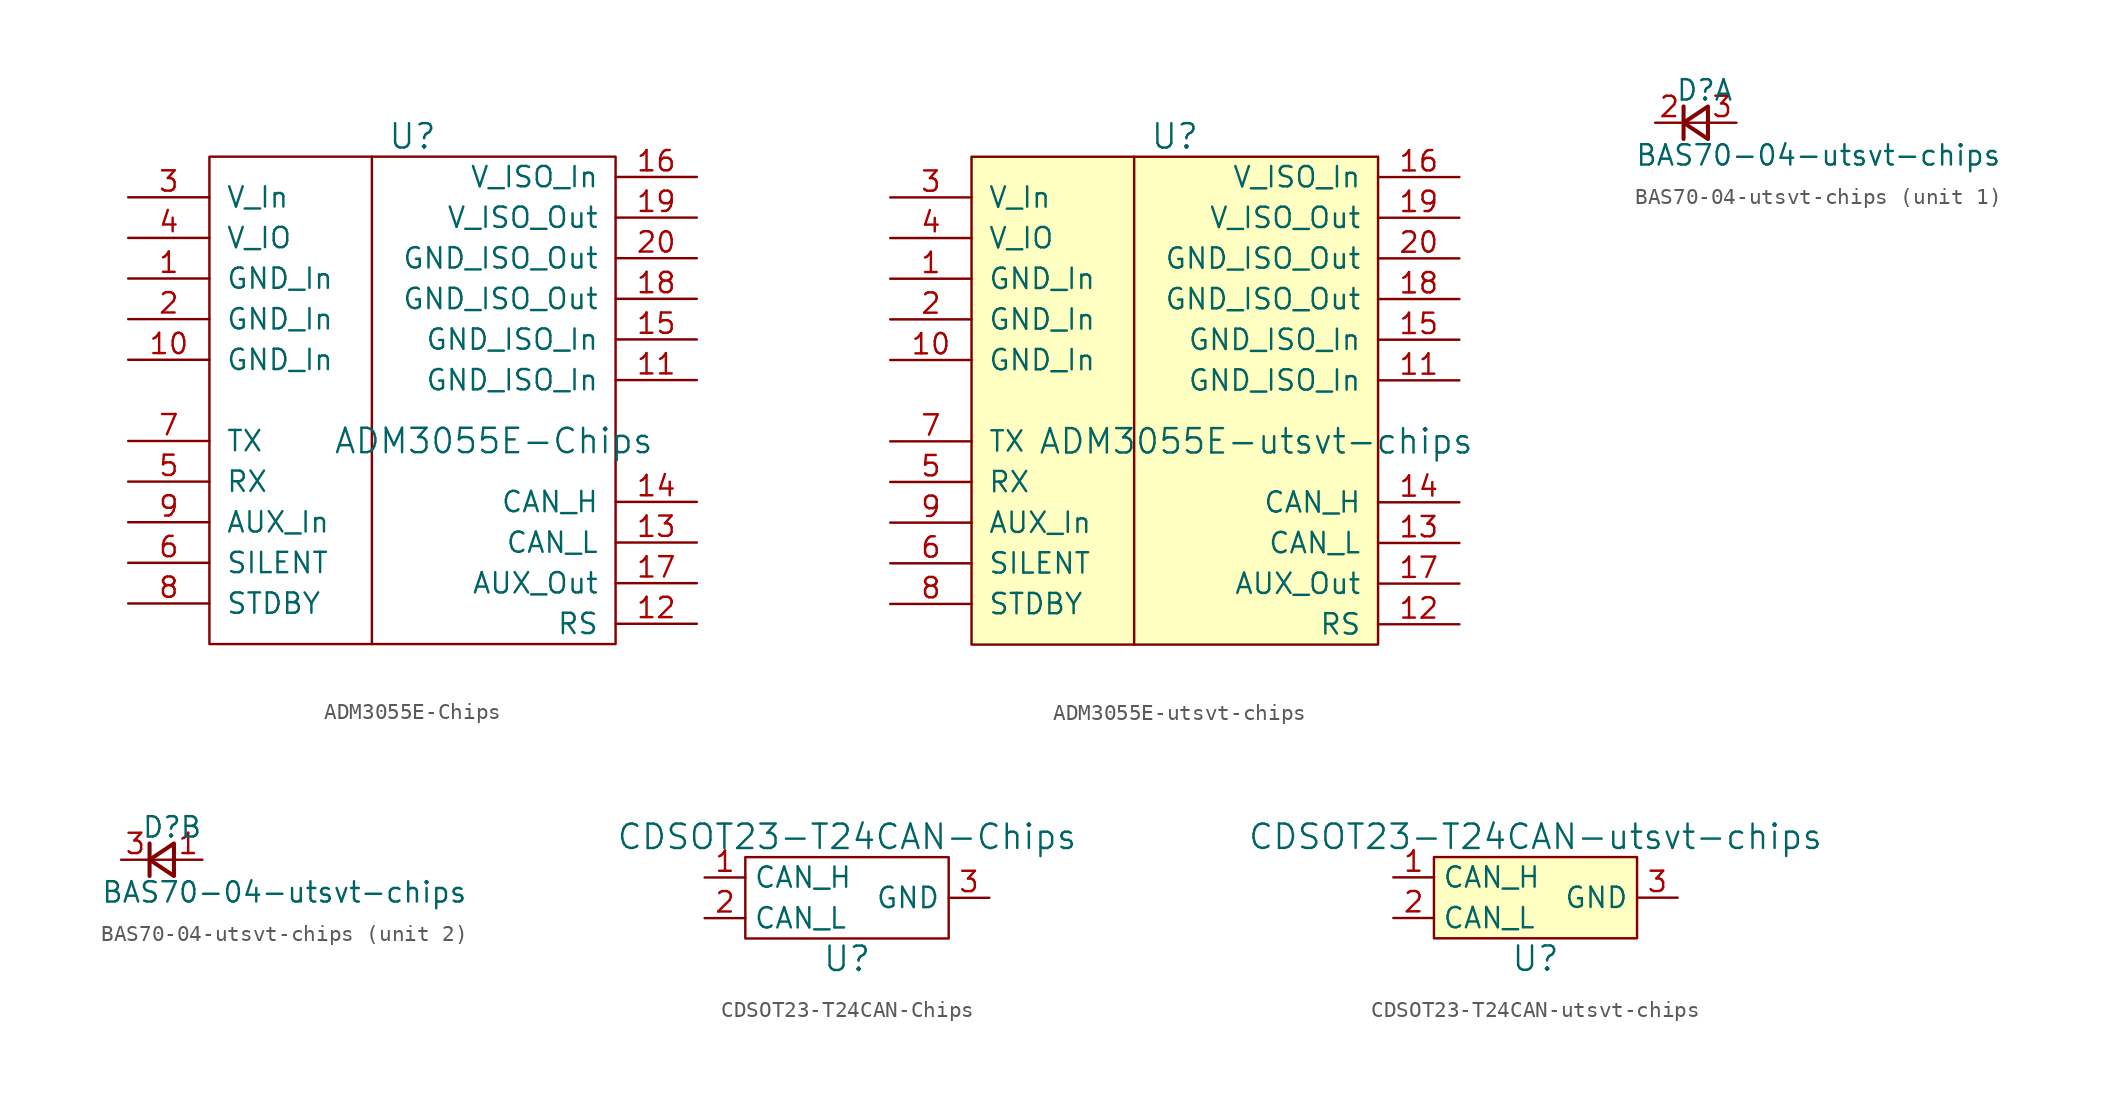
<source format=kicad_sym>
(kicad_symbol_lib
  (version 20211014)
  (generator kicad_symbol_editor)
  (symbol "ADM3055E-Chips"
    (pin_names
      (offset 1.016))
    (property "Reference" "U"
      (at 0 16.51 0)
      (effects (font (size 1.524 1.524))))
    (property "Value" "ADM3055E-Chips"
      (at 5.08 -2.54 0)
      (effects (font (size 1.524 1.524))))
    (symbol "ADM3055E-Chips_0_1"
      (rectangle (start -12.7 15.24) (end 12.7 -15.24) (stroke (width 0) (type default) (color 0 0 0 0)) (fill (type none)))
      (polyline (pts (xy -2.54 15.24) (xy -2.54 -15.24)) (stroke (width 0) (type default) (color 0 0 0 0)) (fill (type none))))
    (symbol "ADM3055E-Chips_1_1"
      (pin power_in line (at -17.78 7.62 0) (length 5.08) (name "GND_In" (effects (font (size 1.27 1.27)))) (number "1" (effects (font (size 1.27 1.27)))))
      (pin power_in line (at -17.78 2.54 0) (length 5.08) (name "GND_In" (effects (font (size 1.27 1.27)))) (number "10" (effects (font (size 1.27 1.27)))))
      (pin power_in line (at 17.78 1.27 180) (length 5.08) (name "GND_ISO_In" (effects (font (size 1.27 1.27)))) (number "11" (effects (font (size 1.27 1.27)))))
      (pin input line (at 17.78 -13.97 180) (length 5.08) (name "RS" (effects (font (size 1.27 1.27)))) (number "12" (effects (font (size 1.27 1.27)))))
      (pin bidirectional line (at 17.78 -8.89 180) (length 5.08) (name "CAN_L" (effects (font (size 1.27 1.27)))) (number "13" (effects (font (size 1.27 1.27)))))
      (pin bidirectional line (at 17.78 -6.35 180) (length 5.08) (name "CAN_H" (effects (font (size 1.27 1.27)))) (number "14" (effects (font (size 1.27 1.27)))))
      (pin power_in line (at 17.78 3.81 180) (length 5.08) (name "GND_ISO_In" (effects (font (size 1.27 1.27)))) (number "15" (effects (font (size 1.27 1.27)))))
      (pin power_in line (at 17.78 13.97 180) (length 5.08) (name "V_ISO_In" (effects (font (size 1.27 1.27)))) (number "16" (effects (font (size 1.27 1.27)))))
      (pin output line (at 17.78 -11.43 180) (length 5.08) (name "AUX_Out" (effects (font (size 1.27 1.27)))) (number "17" (effects (font (size 1.27 1.27)))))
      (pin power_out line (at 17.78 6.35 180) (length 5.08) (name "GND_ISO_Out" (effects (font (size 1.27 1.27)))) (number "18" (effects (font (size 1.27 1.27)))))
      (pin power_out line (at 17.78 11.43 180) (length 5.08) (name "V_ISO_Out" (effects (font (size 1.27 1.27)))) (number "19" (effects (font (size 1.27 1.27)))))
      (pin power_in line (at -17.78 5.08 0) (length 5.08) (name "GND_In" (effects (font (size 1.27 1.27)))) (number "2" (effects (font (size 1.27 1.27)))))
      (pin power_out line (at 17.78 8.89 180) (length 5.08) (name "GND_ISO_Out" (effects (font (size 1.27 1.27)))) (number "20" (effects (font (size 1.27 1.27)))))
      (pin power_in line (at -17.78 12.7 0) (length 5.08) (name "V_In" (effects (font (size 1.27 1.27)))) (number "3" (effects (font (size 1.27 1.27)))))
      (pin power_in line (at -17.78 10.16 0) (length 5.08) (name "V_IO" (effects (font (size 1.27 1.27)))) (number "4" (effects (font (size 1.27 1.27)))))
      (pin output line (at -17.78 -5.08 0) (length 5.08) (name "RX" (effects (font (size 1.27 1.27)))) (number "5" (effects (font (size 1.27 1.27)))))
      (pin input line (at -17.78 -10.16 0) (length 5.08) (name "SILENT" (effects (font (size 1.27 1.27)))) (number "6" (effects (font (size 1.27 1.27)))))
      (pin input line (at -17.78 -2.54 0) (length 5.08) (name "TX" (effects (font (size 1.27 1.27)))) (number "7" (effects (font (size 1.27 1.27)))))
      (pin input line (at -17.78 -12.7 0) (length 5.08) (name "STDBY" (effects (font (size 1.27 1.27)))) (number "8" (effects (font (size 1.27 1.27)))))
      (pin input line (at -17.78 -7.62 0) (length 5.08) (name "AUX_In" (effects (font (size 1.27 1.27)))) (number "9" (effects (font (size 1.27 1.27)))))))
  (symbol "ADM3055E-utsvt-chips"
    (pin_names
      (offset 1.016))
    (property "Reference" "U"
      (at 0 16.51 0)
      (effects (font (size 1.524 1.524))))
    (property "Value" "ADM3055E-utsvt-chips"
      (at 5.08 -2.54 0)
      (effects (font (size 1.524 1.524))))
    (symbol "ADM3055E-utsvt-chips_0_1"
      (rectangle (start -12.7 15.24) (end 12.7 -15.24) (stroke (width 0) (type default) (color 0 0 0 0)) (fill (type background)))
      (polyline (pts (xy -2.54 15.24) (xy -2.54 -15.24)) (stroke (width 0) (type default) (color 0 0 0 0)) (fill (type none))))
    (symbol "ADM3055E-utsvt-chips_1_1"
      (pin power_in line (at -17.78 7.62 0) (length 5.08) (name "GND_In" (effects (font (size 1.27 1.27)))) (number "1" (effects (font (size 1.27 1.27)))))
      (pin power_in line (at -17.78 2.54 0) (length 5.08) (name "GND_In" (effects (font (size 1.27 1.27)))) (number "10" (effects (font (size 1.27 1.27)))))
      (pin power_in line (at 17.78 1.27 180) (length 5.08) (name "GND_ISO_In" (effects (font (size 1.27 1.27)))) (number "11" (effects (font (size 1.27 1.27)))))
      (pin input line (at 17.78 -13.97 180) (length 5.08) (name "RS" (effects (font (size 1.27 1.27)))) (number "12" (effects (font (size 1.27 1.27)))))
      (pin bidirectional line (at 17.78 -8.89 180) (length 5.08) (name "CAN_L" (effects (font (size 1.27 1.27)))) (number "13" (effects (font (size 1.27 1.27)))))
      (pin bidirectional line (at 17.78 -6.35 180) (length 5.08) (name "CAN_H" (effects (font (size 1.27 1.27)))) (number "14" (effects (font (size 1.27 1.27)))))
      (pin power_in line (at 17.78 3.81 180) (length 5.08) (name "GND_ISO_In" (effects (font (size 1.27 1.27)))) (number "15" (effects (font (size 1.27 1.27)))))
      (pin power_in line (at 17.78 13.97 180) (length 5.08) (name "V_ISO_In" (effects (font (size 1.27 1.27)))) (number "16" (effects (font (size 1.27 1.27)))))
      (pin output line (at 17.78 -11.43 180) (length 5.08) (name "AUX_Out" (effects (font (size 1.27 1.27)))) (number "17" (effects (font (size 1.27 1.27)))))
      (pin power_out line (at 17.78 6.35 180) (length 5.08) (name "GND_ISO_Out" (effects (font (size 1.27 1.27)))) (number "18" (effects (font (size 1.27 1.27)))))
      (pin power_out line (at 17.78 11.43 180) (length 5.08) (name "V_ISO_Out" (effects (font (size 1.27 1.27)))) (number "19" (effects (font (size 1.27 1.27)))))
      (pin power_in line (at -17.78 5.08 0) (length 5.08) (name "GND_In" (effects (font (size 1.27 1.27)))) (number "2" (effects (font (size 1.27 1.27)))))
      (pin power_out line (at 17.78 8.89 180) (length 5.08) (name "GND_ISO_Out" (effects (font (size 1.27 1.27)))) (number "20" (effects (font (size 1.27 1.27)))))
      (pin power_in line (at -17.78 12.7 0) (length 5.08) (name "V_In" (effects (font (size 1.27 1.27)))) (number "3" (effects (font (size 1.27 1.27)))))
      (pin power_in line (at -17.78 10.16 0) (length 5.08) (name "V_IO" (effects (font (size 1.27 1.27)))) (number "4" (effects (font (size 1.27 1.27)))))
      (pin output line (at -17.78 -5.08 0) (length 5.08) (name "RX" (effects (font (size 1.27 1.27)))) (number "5" (effects (font (size 1.27 1.27)))))
      (pin input line (at -17.78 -10.16 0) (length 5.08) (name "SILENT" (effects (font (size 1.27 1.27)))) (number "6" (effects (font (size 1.27 1.27)))))
      (pin input line (at -17.78 -2.54 0) (length 5.08) (name "TX" (effects (font (size 1.27 1.27)))) (number "7" (effects (font (size 1.27 1.27)))))
      (pin input line (at -17.78 -12.7 0) (length 5.08) (name "STDBY" (effects (font (size 1.27 1.27)))) (number "8" (effects (font (size 1.27 1.27)))))
      (pin input line (at -17.78 -7.62 0) (length 5.08) (name "AUX_In" (effects (font (size 1.27 1.27)))) (number "9" (effects (font (size 1.27 1.27)))))))
  (symbol "BAS70-04-utsvt-chips"
    (pin_names
      (offset 0.254) hide)
    (property "Reference" "D"
      (at -1.27 2.032 0)
      (effects (font (size 1.27 1.27)) (justify left)))
    (property "Value" "BAS70-04-utsvt-chips"
      (at -3.81 -2.032 0)
      (effects (font (size 1.27 1.27)) (justify left)))
    (property "ki_locked" ""
      (at 0 0 0)
      (effects (font (size 1.27 1.27))))
    (symbol "BAS70-04-utsvt-chips_0_1"
      (polyline (pts (xy -0.762 -1.016) (xy -0.762 1.016)) (stroke (width 0.254) (type default) (color 0 0 0 0)) (fill (type none)))
      (polyline (pts (xy -0.762 0) (xy 0.762 0)) (stroke (width 0) (type default) (color 0 0 0 0)) (fill (type none)))
      (polyline (pts (xy 0.762 -1.016) (xy -0.762 0) (xy 0.762 1.016) (xy 0.762 -1.016)) (stroke (width 0.254) (type default) (color 0 0 0 0)) (fill (type none))))
    (symbol "BAS70-04-utsvt-chips_1_1"
      (pin power_in line (at -2.54 0 0) (length 1.778) (name "~" (effects (font (size 1.27 1.27)))) (number "2" (effects (font (size 1.27 1.27)))))
      (pin passive line (at 2.54 0 180) (length 1.778) (name "~" (effects (font (size 1.27 1.27)))) (number "3" (effects (font (size 1.27 1.27))))))
    (symbol "BAS70-04-utsvt-chips_2_1"
      (pin power_in line (at 2.54 0 180) (length 1.778) (name "~" (effects (font (size 1.27 1.27)))) (number "1" (effects (font (size 1.27 1.27)))))
      (pin passive line (at -2.54 0 0) (length 1.778) (name "~" (effects (font (size 1.27 1.27)))) (number "3" (effects (font (size 1.27 1.27)))))))
  (symbol "CDSOT23-T24CAN-Chips"
    (property "Reference" "U"
      (at 0 -3.81 0)
      (effects (font (size 1.524 1.524))))
    (property "Value" "CDSOT23-T24CAN-Chips"
      (at 0 3.81 0)
      (effects (font (size 1.524 1.524))))
    (symbol "CDSOT23-T24CAN-Chips_0_1"
      (rectangle (start 6.35 2.54) (end -6.35 -2.54) (stroke (width 0) (type default) (color 0 0 0 0)) (fill (type none))))
    (symbol "CDSOT23-T24CAN-Chips_1_1"
      (pin passive line (at -8.89 1.27 0) (length 2.54) (name "CAN_H" (effects (font (size 1.27 1.27)))) (number "1" (effects (font (size 1.27 1.27)))))
      (pin passive line (at -8.89 -1.27 0) (length 2.54) (name "CAN_L" (effects (font (size 1.27 1.27)))) (number "2" (effects (font (size 1.27 1.27)))))
      (pin passive line (at 8.89 0 180) (length 2.54) (name "GND" (effects (font (size 1.27 1.27)))) (number "3" (effects (font (size 1.27 1.27)))))))
  (symbol "CDSOT23-T24CAN-utsvt-chips"
    (property "Reference" "U"
      (at 0 -3.81 0)
      (effects (font (size 1.524 1.524))))
    (property "Value" "CDSOT23-T24CAN-utsvt-chips"
      (at 0 3.81 0)
      (effects (font (size 1.524 1.524))))
    (symbol "CDSOT23-T24CAN-utsvt-chips_0_1"
      (rectangle (start 6.35 2.54) (end -6.35 -2.54) (stroke (width 0) (type default) (color 0 0 0 0)) (fill (type background))))
    (symbol "CDSOT23-T24CAN-utsvt-chips_1_1"
      (pin passive line (at -8.89 1.27 0) (length 2.54) (name "CAN_H" (effects (font (size 1.27 1.27)))) (number "1" (effects (font (size 1.27 1.27)))))
      (pin passive line (at -8.89 -1.27 0) (length 2.54) (name "CAN_L" (effects (font (size 1.27 1.27)))) (number "2" (effects (font (size 1.27 1.27)))))
      (pin passive line (at 8.89 0 180) (length 2.54) (name "GND" (effects (font (size 1.27 1.27)))) (number "3" (effects (font (size 1.27 1.27))))))))
</source>
